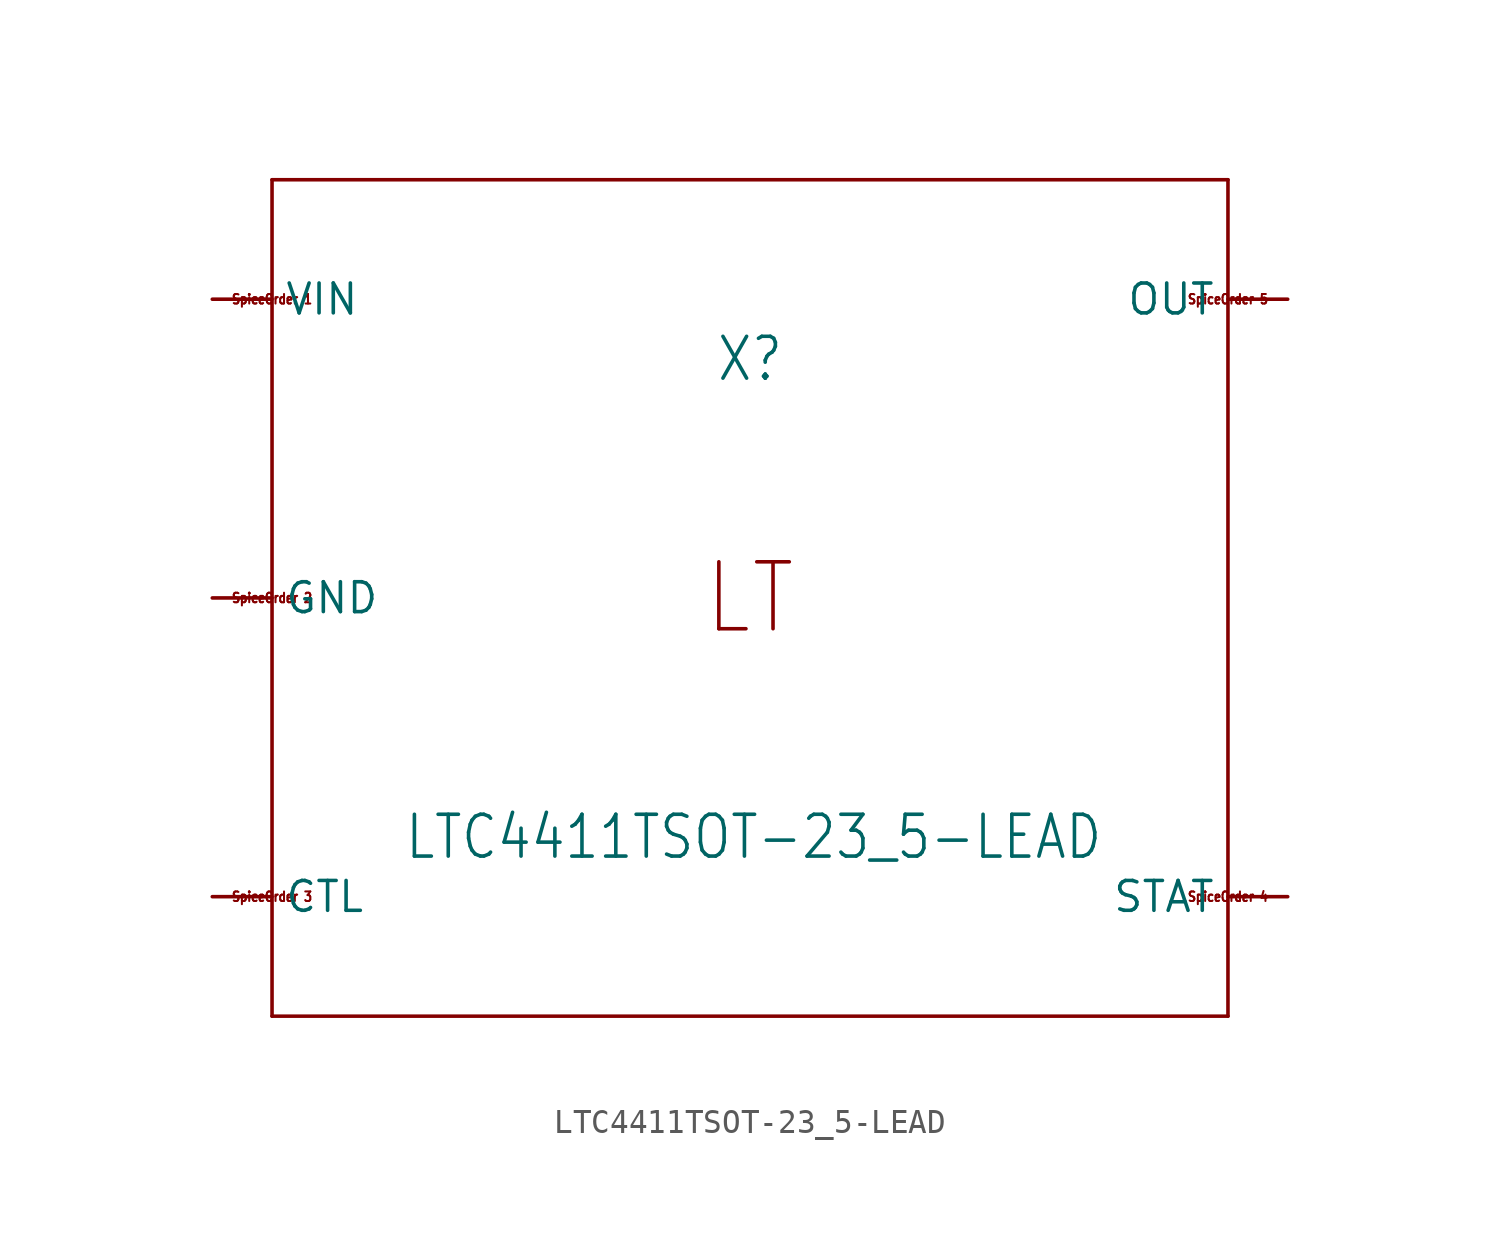
<source format=kicad_sym>
(kicad_symbol_lib
  (version 20211014)
  (generator kicad_symbol_editor)
  (symbol "LTC4411TSOT-23_5-LEAD"
    (property "Reference" "X"
      (at 0 10.16 0)
      (effects (font (size 1.778 1.511))))
    (property "Value" "LTC4411TSOT-23_5-LEAD"
      (at 0.159 -10.16 0)
      (effects (font (size 1.778 1.511))))
    (property "ki_locked" ""
      (at 0 0 0)
      (effects (font (size 1.27 1.27))))
    (symbol "LTC4411TSOT-23_5-LEAD_1_0"
      (polyline (pts (xy -20.32 -17.78) (xy -20.32 17.78)) (stroke (width 0.152) (type default) (color 0 0 0 0)) (fill (type none)))
      (polyline (pts (xy -20.32 17.78) (xy 20.32 17.78)) (stroke (width 0.152) (type default) (color 0 0 0 0)) (fill (type none)))
      (polyline (pts (xy 20.32 -17.78) (xy -20.32 -17.78)) (stroke (width 0.152) (type default) (color 0 0 0 0)) (fill (type none)))
      (polyline (pts (xy 20.32 17.78) (xy 20.32 -17.78)) (stroke (width 0.152) (type default) (color 0 0 0 0)) (fill (type none)))
      (text "LT" (at 0 0 0) (effects (font (size 2.845 2.418))))
      (text "SpiceOrder 1" (at -20.32 12.7 0) (effects (font (size 0.406 0.345))))
      (text "SpiceOrder 2" (at -20.32 0 0) (effects (font (size 0.406 0.345))))
      (text "SpiceOrder 3" (at -20.32 -12.7 0) (effects (font (size 0.406 0.345))))
      (text "SpiceOrder 4" (at 20.32 -12.7 0) (effects (font (size 0.406 0.345))))
      (text "SpiceOrder 5" (at 20.32 12.7 0) (effects (font (size 0.406 0.345))))
      (pin passive line (at -22.86 12.7 0) (length 2.54) (name "VIN" (effects (font (size 1.27 1.27)))) (number "1" (effects (font (size 0 0)))))
      (pin passive line (at -22.86 0 0) (length 2.54) (name "GND" (effects (font (size 1.27 1.27)))) (number "2" (effects (font (size 0 0)))))
      (pin passive line (at -22.86 -12.7 0) (length 2.54) (name "CTL" (effects (font (size 1.27 1.27)))) (number "3" (effects (font (size 0 0)))))
      (pin passive line (at 22.86 -12.7 180) (length 2.54) (name "STAT" (effects (font (size 1.27 1.27)))) (number "4" (effects (font (size 0 0)))))
      (pin passive line (at 22.86 12.7 180) (length 2.54) (name "OUT" (effects (font (size 1.27 1.27)))) (number "5" (effects (font (size 0 0))))))))
</source>
